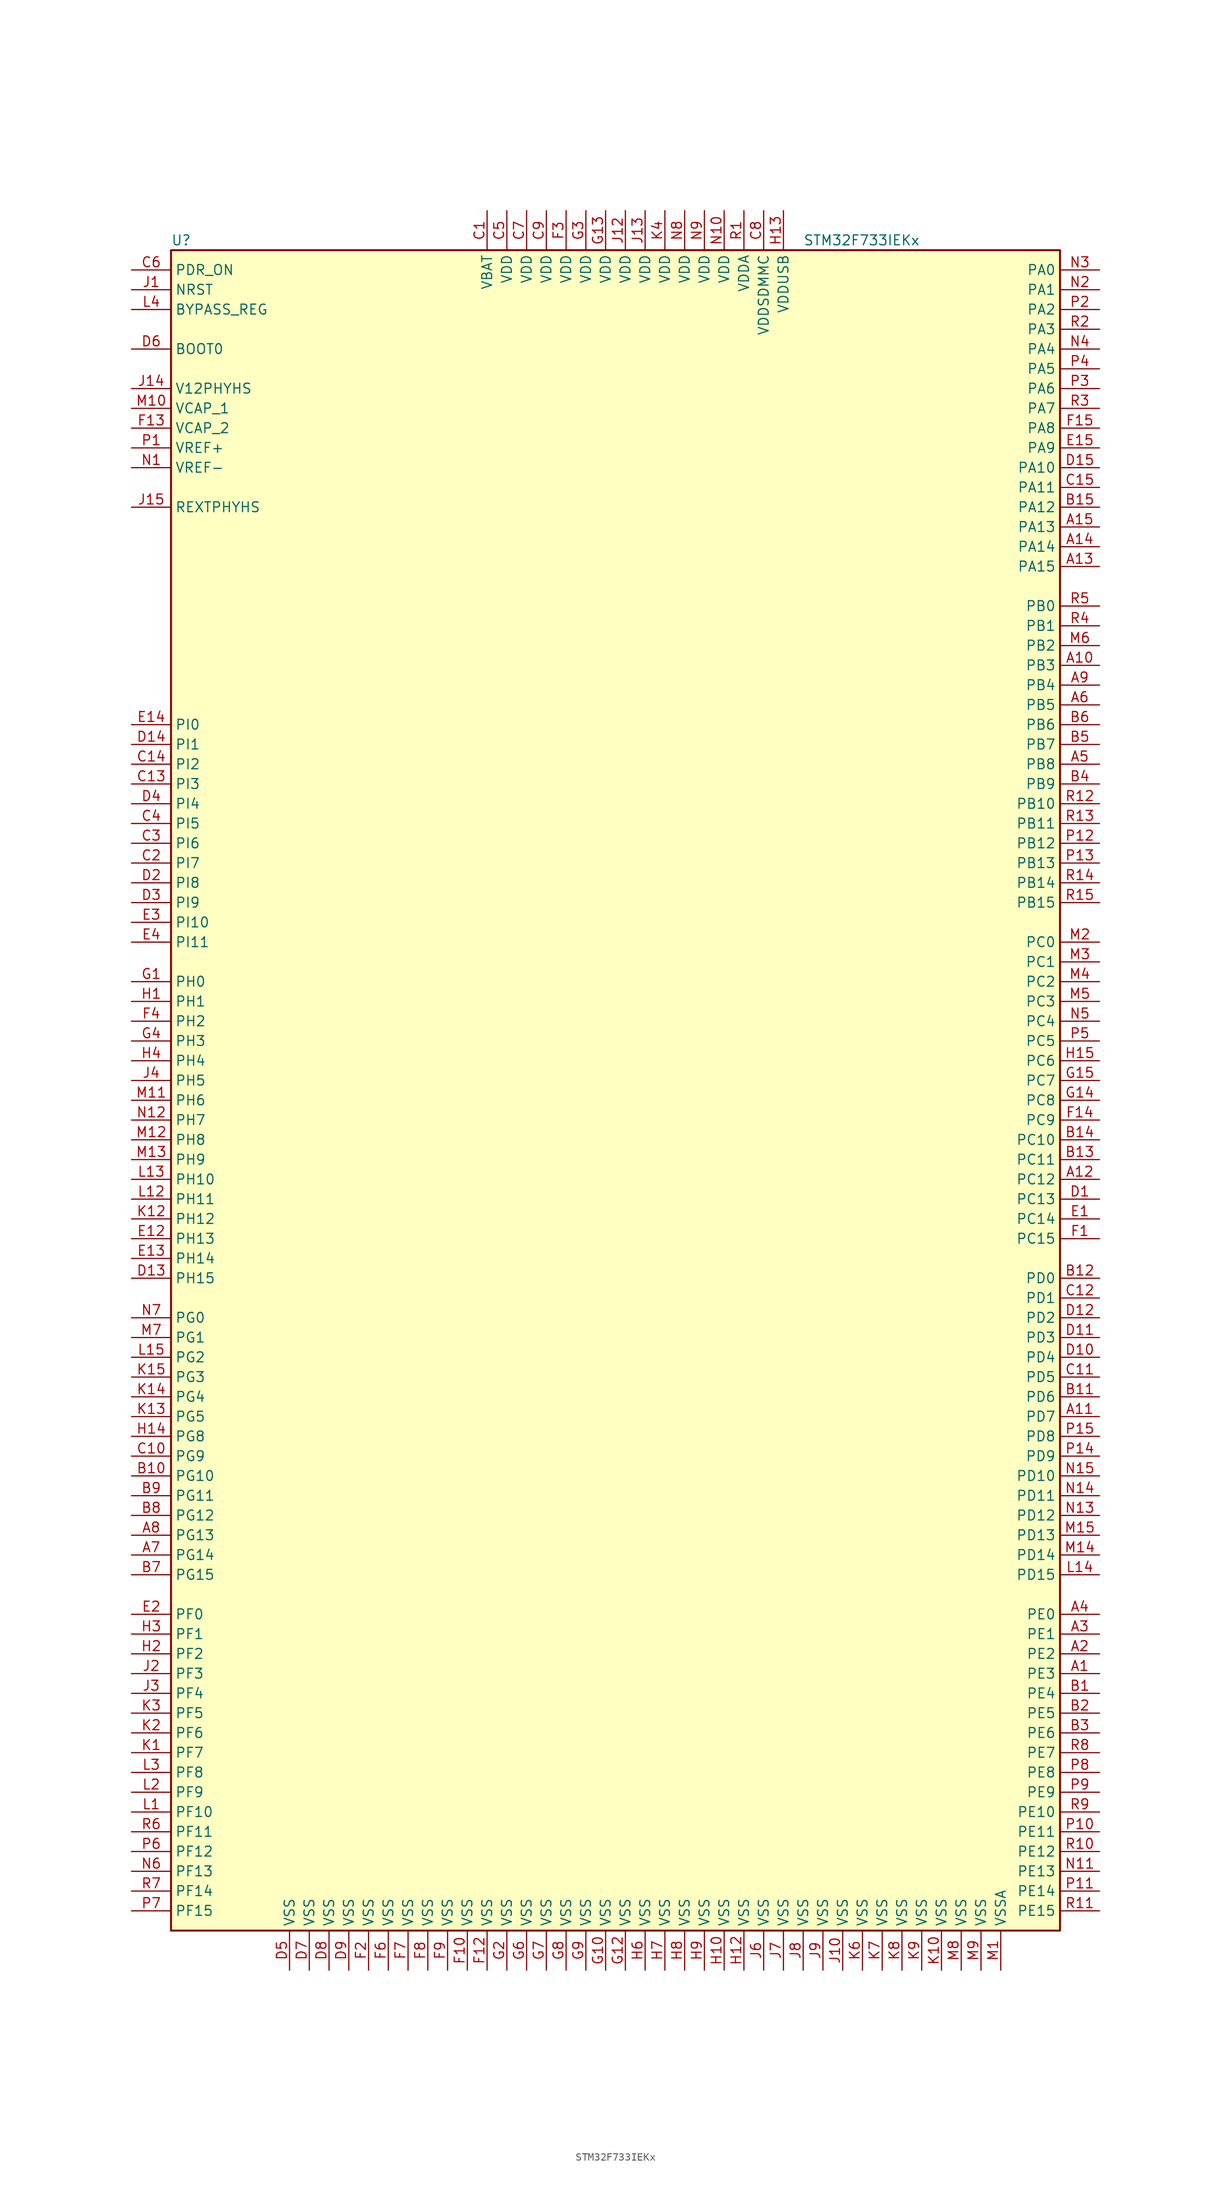
<source format=kicad_sym>
(kicad_symbol_lib
  (version 20211014)
  (generator kicad_symbol_editor)
  (symbol "STM32F733IEKx"
    (property "Reference" "U"
      (at -58.42 107.95 0)
      (effects (font (size 1.27 1.27)) (justify left)))
    (property "Value" "STM32F733IEKx"
      (at 22.86 107.95 0)
      (effects (font (size 1.27 1.27)) (justify left)))
    (symbol "STM32F733IEKx_0_1"
      (rectangle (start -58.42 -109.22) (end 55.88 106.68) (stroke (width 0.254) (type default) (color 0 0 0 0)) (fill (type background))))
    (symbol "STM32F733IEKx_1_1"
      (pin bidirectional line (at 60.96 -76.2 180) (length 5.08) (name "PE3" (effects (font (size 1.27 1.27)))) (number "A1" (effects (font (size 1.27 1.27)))))
      (pin bidirectional line (at 60.96 53.34 180) (length 5.08) (name "PB3" (effects (font (size 1.27 1.27)))) (number "A10" (effects (font (size 1.27 1.27)))))
      (pin bidirectional line (at 60.96 -43.18 180) (length 5.08) (name "PD7" (effects (font (size 1.27 1.27)))) (number "A11" (effects (font (size 1.27 1.27)))))
      (pin bidirectional line (at 60.96 -12.7 180) (length 5.08) (name "PC12" (effects (font (size 1.27 1.27)))) (number "A12" (effects (font (size 1.27 1.27)))))
      (pin bidirectional line (at 60.96 66.04 180) (length 5.08) (name "PA15" (effects (font (size 1.27 1.27)))) (number "A13" (effects (font (size 1.27 1.27)))))
      (pin bidirectional line (at 60.96 68.58 180) (length 5.08) (name "PA14" (effects (font (size 1.27 1.27)))) (number "A14" (effects (font (size 1.27 1.27)))))
      (pin bidirectional line (at 60.96 71.12 180) (length 5.08) (name "PA13" (effects (font (size 1.27 1.27)))) (number "A15" (effects (font (size 1.27 1.27)))))
      (pin bidirectional line (at 60.96 -73.66 180) (length 5.08) (name "PE2" (effects (font (size 1.27 1.27)))) (number "A2" (effects (font (size 1.27 1.27)))))
      (pin bidirectional line (at 60.96 -71.12 180) (length 5.08) (name "PE1" (effects (font (size 1.27 1.27)))) (number "A3" (effects (font (size 1.27 1.27)))))
      (pin bidirectional line (at 60.96 -68.58 180) (length 5.08) (name "PE0" (effects (font (size 1.27 1.27)))) (number "A4" (effects (font (size 1.27 1.27)))))
      (pin bidirectional line (at 60.96 40.64 180) (length 5.08) (name "PB8" (effects (font (size 1.27 1.27)))) (number "A5" (effects (font (size 1.27 1.27)))))
      (pin bidirectional line (at 60.96 48.26 180) (length 5.08) (name "PB5" (effects (font (size 1.27 1.27)))) (number "A6" (effects (font (size 1.27 1.27)))))
      (pin bidirectional line (at -63.5 -60.96 0) (length 5.08) (name "PG14" (effects (font (size 1.27 1.27)))) (number "A7" (effects (font (size 1.27 1.27)))))
      (pin bidirectional line (at -63.5 -58.42 0) (length 5.08) (name "PG13" (effects (font (size 1.27 1.27)))) (number "A8" (effects (font (size 1.27 1.27)))))
      (pin bidirectional line (at 60.96 50.8 180) (length 5.08) (name "PB4" (effects (font (size 1.27 1.27)))) (number "A9" (effects (font (size 1.27 1.27)))))
      (pin bidirectional line (at 60.96 -78.74 180) (length 5.08) (name "PE4" (effects (font (size 1.27 1.27)))) (number "B1" (effects (font (size 1.27 1.27)))))
      (pin bidirectional line (at -63.5 -50.8 0) (length 5.08) (name "PG10" (effects (font (size 1.27 1.27)))) (number "B10" (effects (font (size 1.27 1.27)))))
      (pin bidirectional line (at 60.96 -40.64 180) (length 5.08) (name "PD6" (effects (font (size 1.27 1.27)))) (number "B11" (effects (font (size 1.27 1.27)))))
      (pin bidirectional line (at 60.96 -25.4 180) (length 5.08) (name "PD0" (effects (font (size 1.27 1.27)))) (number "B12" (effects (font (size 1.27 1.27)))))
      (pin bidirectional line (at 60.96 -10.16 180) (length 5.08) (name "PC11" (effects (font (size 1.27 1.27)))) (number "B13" (effects (font (size 1.27 1.27)))))
      (pin bidirectional line (at 60.96 -7.62 180) (length 5.08) (name "PC10" (effects (font (size 1.27 1.27)))) (number "B14" (effects (font (size 1.27 1.27)))))
      (pin bidirectional line (at 60.96 73.66 180) (length 5.08) (name "PA12" (effects (font (size 1.27 1.27)))) (number "B15" (effects (font (size 1.27 1.27)))))
      (pin bidirectional line (at 60.96 -81.28 180) (length 5.08) (name "PE5" (effects (font (size 1.27 1.27)))) (number "B2" (effects (font (size 1.27 1.27)))))
      (pin bidirectional line (at 60.96 -83.82 180) (length 5.08) (name "PE6" (effects (font (size 1.27 1.27)))) (number "B3" (effects (font (size 1.27 1.27)))))
      (pin bidirectional line (at 60.96 38.1 180) (length 5.08) (name "PB9" (effects (font (size 1.27 1.27)))) (number "B4" (effects (font (size 1.27 1.27)))))
      (pin bidirectional line (at 60.96 43.18 180) (length 5.08) (name "PB7" (effects (font (size 1.27 1.27)))) (number "B5" (effects (font (size 1.27 1.27)))))
      (pin bidirectional line (at 60.96 45.72 180) (length 5.08) (name "PB6" (effects (font (size 1.27 1.27)))) (number "B6" (effects (font (size 1.27 1.27)))))
      (pin bidirectional line (at -63.5 -63.5 0) (length 5.08) (name "PG15" (effects (font (size 1.27 1.27)))) (number "B7" (effects (font (size 1.27 1.27)))))
      (pin bidirectional line (at -63.5 -55.88 0) (length 5.08) (name "PG12" (effects (font (size 1.27 1.27)))) (number "B8" (effects (font (size 1.27 1.27)))))
      (pin bidirectional line (at -63.5 -53.34 0) (length 5.08) (name "PG11" (effects (font (size 1.27 1.27)))) (number "B9" (effects (font (size 1.27 1.27)))))
      (pin power_in line (at -17.78 111.76 270) (length 5.08) (name "VBAT" (effects (font (size 1.27 1.27)))) (number "C1" (effects (font (size 1.27 1.27)))))
      (pin bidirectional line (at -63.5 -48.26 0) (length 5.08) (name "PG9" (effects (font (size 1.27 1.27)))) (number "C10" (effects (font (size 1.27 1.27)))))
      (pin bidirectional line (at 60.96 -38.1 180) (length 5.08) (name "PD5" (effects (font (size 1.27 1.27)))) (number "C11" (effects (font (size 1.27 1.27)))))
      (pin bidirectional line (at 60.96 -27.94 180) (length 5.08) (name "PD1" (effects (font (size 1.27 1.27)))) (number "C12" (effects (font (size 1.27 1.27)))))
      (pin bidirectional line (at -63.5 38.1 0) (length 5.08) (name "PI3" (effects (font (size 1.27 1.27)))) (number "C13" (effects (font (size 1.27 1.27)))))
      (pin bidirectional line (at -63.5 40.64 0) (length 5.08) (name "PI2" (effects (font (size 1.27 1.27)))) (number "C14" (effects (font (size 1.27 1.27)))))
      (pin bidirectional line (at 60.96 76.2 180) (length 5.08) (name "PA11" (effects (font (size 1.27 1.27)))) (number "C15" (effects (font (size 1.27 1.27)))))
      (pin bidirectional line (at -63.5 27.94 0) (length 5.08) (name "PI7" (effects (font (size 1.27 1.27)))) (number "C2" (effects (font (size 1.27 1.27)))))
      (pin bidirectional line (at -63.5 30.48 0) (length 5.08) (name "PI6" (effects (font (size 1.27 1.27)))) (number "C3" (effects (font (size 1.27 1.27)))))
      (pin bidirectional line (at -63.5 33.02 0) (length 5.08) (name "PI5" (effects (font (size 1.27 1.27)))) (number "C4" (effects (font (size 1.27 1.27)))))
      (pin power_in line (at -15.24 111.76 270) (length 5.08) (name "VDD" (effects (font (size 1.27 1.27)))) (number "C5" (effects (font (size 1.27 1.27)))))
      (pin input line (at -63.5 104.14 0) (length 5.08) (name "PDR_ON" (effects (font (size 1.27 1.27)))) (number "C6" (effects (font (size 1.27 1.27)))))
      (pin power_in line (at -12.7 111.76 270) (length 5.08) (name "VDD" (effects (font (size 1.27 1.27)))) (number "C7" (effects (font (size 1.27 1.27)))))
      (pin power_in line (at 17.78 111.76 270) (length 5.08) (name "VDDSDMMC" (effects (font (size 1.27 1.27)))) (number "C8" (effects (font (size 1.27 1.27)))))
      (pin power_in line (at -10.16 111.76 270) (length 5.08) (name "VDD" (effects (font (size 1.27 1.27)))) (number "C9" (effects (font (size 1.27 1.27)))))
      (pin bidirectional line (at 60.96 -15.24 180) (length 5.08) (name "PC13" (effects (font (size 1.27 1.27)))) (number "D1" (effects (font (size 1.27 1.27)))))
      (pin bidirectional line (at 60.96 -35.56 180) (length 5.08) (name "PD4" (effects (font (size 1.27 1.27)))) (number "D10" (effects (font (size 1.27 1.27)))))
      (pin bidirectional line (at 60.96 -33.02 180) (length 5.08) (name "PD3" (effects (font (size 1.27 1.27)))) (number "D11" (effects (font (size 1.27 1.27)))))
      (pin bidirectional line (at 60.96 -30.48 180) (length 5.08) (name "PD2" (effects (font (size 1.27 1.27)))) (number "D12" (effects (font (size 1.27 1.27)))))
      (pin bidirectional line (at -63.5 -25.4 0) (length 5.08) (name "PH15" (effects (font (size 1.27 1.27)))) (number "D13" (effects (font (size 1.27 1.27)))))
      (pin bidirectional line (at -63.5 43.18 0) (length 5.08) (name "PI1" (effects (font (size 1.27 1.27)))) (number "D14" (effects (font (size 1.27 1.27)))))
      (pin bidirectional line (at 60.96 78.74 180) (length 5.08) (name "PA10" (effects (font (size 1.27 1.27)))) (number "D15" (effects (font (size 1.27 1.27)))))
      (pin bidirectional line (at -63.5 25.4 0) (length 5.08) (name "PI8" (effects (font (size 1.27 1.27)))) (number "D2" (effects (font (size 1.27 1.27)))))
      (pin bidirectional line (at -63.5 22.86 0) (length 5.08) (name "PI9" (effects (font (size 1.27 1.27)))) (number "D3" (effects (font (size 1.27 1.27)))))
      (pin bidirectional line (at -63.5 35.56 0) (length 5.08) (name "PI4" (effects (font (size 1.27 1.27)))) (number "D4" (effects (font (size 1.27 1.27)))))
      (pin power_in line (at -43.18 -114.3 90) (length 5.08) (name "VSS" (effects (font (size 1.27 1.27)))) (number "D5" (effects (font (size 1.27 1.27)))))
      (pin input line (at -63.5 93.98 0) (length 5.08) (name "BOOT0" (effects (font (size 1.27 1.27)))) (number "D6" (effects (font (size 1.27 1.27)))))
      (pin power_in line (at -40.64 -114.3 90) (length 5.08) (name "VSS" (effects (font (size 1.27 1.27)))) (number "D7" (effects (font (size 1.27 1.27)))))
      (pin power_in line (at -38.1 -114.3 90) (length 5.08) (name "VSS" (effects (font (size 1.27 1.27)))) (number "D8" (effects (font (size 1.27 1.27)))))
      (pin power_in line (at -35.56 -114.3 90) (length 5.08) (name "VSS" (effects (font (size 1.27 1.27)))) (number "D9" (effects (font (size 1.27 1.27)))))
      (pin bidirectional line (at 60.96 -17.78 180) (length 5.08) (name "PC14" (effects (font (size 1.27 1.27)))) (number "E1" (effects (font (size 1.27 1.27)))))
      (pin bidirectional line (at -63.5 -20.32 0) (length 5.08) (name "PH13" (effects (font (size 1.27 1.27)))) (number "E12" (effects (font (size 1.27 1.27)))))
      (pin bidirectional line (at -63.5 -22.86 0) (length 5.08) (name "PH14" (effects (font (size 1.27 1.27)))) (number "E13" (effects (font (size 1.27 1.27)))))
      (pin bidirectional line (at -63.5 45.72 0) (length 5.08) (name "PI0" (effects (font (size 1.27 1.27)))) (number "E14" (effects (font (size 1.27 1.27)))))
      (pin bidirectional line (at 60.96 81.28 180) (length 5.08) (name "PA9" (effects (font (size 1.27 1.27)))) (number "E15" (effects (font (size 1.27 1.27)))))
      (pin bidirectional line (at -63.5 -68.58 0) (length 5.08) (name "PF0" (effects (font (size 1.27 1.27)))) (number "E2" (effects (font (size 1.27 1.27)))))
      (pin bidirectional line (at -63.5 20.32 0) (length 5.08) (name "PI10" (effects (font (size 1.27 1.27)))) (number "E3" (effects (font (size 1.27 1.27)))))
      (pin bidirectional line (at -63.5 17.78 0) (length 5.08) (name "PI11" (effects (font (size 1.27 1.27)))) (number "E4" (effects (font (size 1.27 1.27)))))
      (pin bidirectional line (at 60.96 -20.32 180) (length 5.08) (name "PC15" (effects (font (size 1.27 1.27)))) (number "F1" (effects (font (size 1.27 1.27)))))
      (pin power_in line (at -20.32 -114.3 90) (length 5.08) (name "VSS" (effects (font (size 1.27 1.27)))) (number "F10" (effects (font (size 1.27 1.27)))))
      (pin power_in line (at -17.78 -114.3 90) (length 5.08) (name "VSS" (effects (font (size 1.27 1.27)))) (number "F12" (effects (font (size 1.27 1.27)))))
      (pin power_in line (at -63.5 83.82 0) (length 5.08) (name "VCAP_2" (effects (font (size 1.27 1.27)))) (number "F13" (effects (font (size 1.27 1.27)))))
      (pin bidirectional line (at 60.96 -5.08 180) (length 5.08) (name "PC9" (effects (font (size 1.27 1.27)))) (number "F14" (effects (font (size 1.27 1.27)))))
      (pin bidirectional line (at 60.96 83.82 180) (length 5.08) (name "PA8" (effects (font (size 1.27 1.27)))) (number "F15" (effects (font (size 1.27 1.27)))))
      (pin power_in line (at -33.02 -114.3 90) (length 5.08) (name "VSS" (effects (font (size 1.27 1.27)))) (number "F2" (effects (font (size 1.27 1.27)))))
      (pin power_in line (at -7.62 111.76 270) (length 5.08) (name "VDD" (effects (font (size 1.27 1.27)))) (number "F3" (effects (font (size 1.27 1.27)))))
      (pin bidirectional line (at -63.5 7.62 0) (length 5.08) (name "PH2" (effects (font (size 1.27 1.27)))) (number "F4" (effects (font (size 1.27 1.27)))))
      (pin power_in line (at -30.48 -114.3 90) (length 5.08) (name "VSS" (effects (font (size 1.27 1.27)))) (number "F6" (effects (font (size 1.27 1.27)))))
      (pin power_in line (at -27.94 -114.3 90) (length 5.08) (name "VSS" (effects (font (size 1.27 1.27)))) (number "F7" (effects (font (size 1.27 1.27)))))
      (pin power_in line (at -25.4 -114.3 90) (length 5.08) (name "VSS" (effects (font (size 1.27 1.27)))) (number "F8" (effects (font (size 1.27 1.27)))))
      (pin power_in line (at -22.86 -114.3 90) (length 5.08) (name "VSS" (effects (font (size 1.27 1.27)))) (number "F9" (effects (font (size 1.27 1.27)))))
      (pin input line (at -63.5 12.7 0) (length 5.08) (name "PH0" (effects (font (size 1.27 1.27)))) (number "G1" (effects (font (size 1.27 1.27)))))
      (pin power_in line (at -2.54 -114.3 90) (length 5.08) (name "VSS" (effects (font (size 1.27 1.27)))) (number "G10" (effects (font (size 1.27 1.27)))))
      (pin power_in line (at 0 -114.3 90) (length 5.08) (name "VSS" (effects (font (size 1.27 1.27)))) (number "G12" (effects (font (size 1.27 1.27)))))
      (pin power_in line (at -2.54 111.76 270) (length 5.08) (name "VDD" (effects (font (size 1.27 1.27)))) (number "G13" (effects (font (size 1.27 1.27)))))
      (pin bidirectional line (at 60.96 -2.54 180) (length 5.08) (name "PC8" (effects (font (size 1.27 1.27)))) (number "G14" (effects (font (size 1.27 1.27)))))
      (pin bidirectional line (at 60.96 0 180) (length 5.08) (name "PC7" (effects (font (size 1.27 1.27)))) (number "G15" (effects (font (size 1.27 1.27)))))
      (pin power_in line (at -15.24 -114.3 90) (length 5.08) (name "VSS" (effects (font (size 1.27 1.27)))) (number "G2" (effects (font (size 1.27 1.27)))))
      (pin power_in line (at -5.08 111.76 270) (length 5.08) (name "VDD" (effects (font (size 1.27 1.27)))) (number "G3" (effects (font (size 1.27 1.27)))))
      (pin bidirectional line (at -63.5 5.08 0) (length 5.08) (name "PH3" (effects (font (size 1.27 1.27)))) (number "G4" (effects (font (size 1.27 1.27)))))
      (pin power_in line (at -12.7 -114.3 90) (length 5.08) (name "VSS" (effects (font (size 1.27 1.27)))) (number "G6" (effects (font (size 1.27 1.27)))))
      (pin power_in line (at -10.16 -114.3 90) (length 5.08) (name "VSS" (effects (font (size 1.27 1.27)))) (number "G7" (effects (font (size 1.27 1.27)))))
      (pin power_in line (at -7.62 -114.3 90) (length 5.08) (name "VSS" (effects (font (size 1.27 1.27)))) (number "G8" (effects (font (size 1.27 1.27)))))
      (pin power_in line (at -5.08 -114.3 90) (length 5.08) (name "VSS" (effects (font (size 1.27 1.27)))) (number "G9" (effects (font (size 1.27 1.27)))))
      (pin input line (at -63.5 10.16 0) (length 5.08) (name "PH1" (effects (font (size 1.27 1.27)))) (number "H1" (effects (font (size 1.27 1.27)))))
      (pin power_in line (at 12.7 -114.3 90) (length 5.08) (name "VSS" (effects (font (size 1.27 1.27)))) (number "H10" (effects (font (size 1.27 1.27)))))
      (pin power_in line (at 15.24 -114.3 90) (length 5.08) (name "VSS" (effects (font (size 1.27 1.27)))) (number "H12" (effects (font (size 1.27 1.27)))))
      (pin power_in line (at 20.32 111.76 270) (length 5.08) (name "VDDUSB" (effects (font (size 1.27 1.27)))) (number "H13" (effects (font (size 1.27 1.27)))))
      (pin bidirectional line (at -63.5 -45.72 0) (length 5.08) (name "PG8" (effects (font (size 1.27 1.27)))) (number "H14" (effects (font (size 1.27 1.27)))))
      (pin bidirectional line (at 60.96 2.54 180) (length 5.08) (name "PC6" (effects (font (size 1.27 1.27)))) (number "H15" (effects (font (size 1.27 1.27)))))
      (pin bidirectional line (at -63.5 -73.66 0) (length 5.08) (name "PF2" (effects (font (size 1.27 1.27)))) (number "H2" (effects (font (size 1.27 1.27)))))
      (pin bidirectional line (at -63.5 -71.12 0) (length 5.08) (name "PF1" (effects (font (size 1.27 1.27)))) (number "H3" (effects (font (size 1.27 1.27)))))
      (pin bidirectional line (at -63.5 2.54 0) (length 5.08) (name "PH4" (effects (font (size 1.27 1.27)))) (number "H4" (effects (font (size 1.27 1.27)))))
      (pin power_in line (at 2.54 -114.3 90) (length 5.08) (name "VSS" (effects (font (size 1.27 1.27)))) (number "H6" (effects (font (size 1.27 1.27)))))
      (pin power_in line (at 5.08 -114.3 90) (length 5.08) (name "VSS" (effects (font (size 1.27 1.27)))) (number "H7" (effects (font (size 1.27 1.27)))))
      (pin power_in line (at 7.62 -114.3 90) (length 5.08) (name "VSS" (effects (font (size 1.27 1.27)))) (number "H8" (effects (font (size 1.27 1.27)))))
      (pin power_in line (at 10.16 -114.3 90) (length 5.08) (name "VSS" (effects (font (size 1.27 1.27)))) (number "H9" (effects (font (size 1.27 1.27)))))
      (pin input line (at -63.5 101.6 0) (length 5.08) (name "NRST" (effects (font (size 1.27 1.27)))) (number "J1" (effects (font (size 1.27 1.27)))))
      (pin power_in line (at 27.94 -114.3 90) (length 5.08) (name "VSS" (effects (font (size 1.27 1.27)))) (number "J10" (effects (font (size 1.27 1.27)))))
      (pin power_in line (at 0 111.76 270) (length 5.08) (name "VDD" (effects (font (size 1.27 1.27)))) (number "J12" (effects (font (size 1.27 1.27)))))
      (pin power_in line (at 2.54 111.76 270) (length 5.08) (name "VDD" (effects (font (size 1.27 1.27)))) (number "J13" (effects (font (size 1.27 1.27)))))
      (pin power_in line (at -63.5 88.9 0) (length 5.08) (name "V12PHYHS" (effects (font (size 1.27 1.27)))) (number "J14" (effects (font (size 1.27 1.27)))))
      (pin bidirectional line (at -63.5 73.66 0) (length 5.08) (name "REXTPHYHS" (effects (font (size 1.27 1.27)))) (number "J15" (effects (font (size 1.27 1.27)))))
      (pin bidirectional line (at -63.5 -76.2 0) (length 5.08) (name "PF3" (effects (font (size 1.27 1.27)))) (number "J2" (effects (font (size 1.27 1.27)))))
      (pin bidirectional line (at -63.5 -78.74 0) (length 5.08) (name "PF4" (effects (font (size 1.27 1.27)))) (number "J3" (effects (font (size 1.27 1.27)))))
      (pin bidirectional line (at -63.5 0 0) (length 5.08) (name "PH5" (effects (font (size 1.27 1.27)))) (number "J4" (effects (font (size 1.27 1.27)))))
      (pin power_in line (at 17.78 -114.3 90) (length 5.08) (name "VSS" (effects (font (size 1.27 1.27)))) (number "J6" (effects (font (size 1.27 1.27)))))
      (pin power_in line (at 20.32 -114.3 90) (length 5.08) (name "VSS" (effects (font (size 1.27 1.27)))) (number "J7" (effects (font (size 1.27 1.27)))))
      (pin power_in line (at 22.86 -114.3 90) (length 5.08) (name "VSS" (effects (font (size 1.27 1.27)))) (number "J8" (effects (font (size 1.27 1.27)))))
      (pin power_in line (at 25.4 -114.3 90) (length 5.08) (name "VSS" (effects (font (size 1.27 1.27)))) (number "J9" (effects (font (size 1.27 1.27)))))
      (pin bidirectional line (at -63.5 -86.36 0) (length 5.08) (name "PF7" (effects (font (size 1.27 1.27)))) (number "K1" (effects (font (size 1.27 1.27)))))
      (pin power_in line (at 40.64 -114.3 90) (length 5.08) (name "VSS" (effects (font (size 1.27 1.27)))) (number "K10" (effects (font (size 1.27 1.27)))))
      (pin bidirectional line (at -63.5 -17.78 0) (length 5.08) (name "PH12" (effects (font (size 1.27 1.27)))) (number "K12" (effects (font (size 1.27 1.27)))))
      (pin bidirectional line (at -63.5 -43.18 0) (length 5.08) (name "PG5" (effects (font (size 1.27 1.27)))) (number "K13" (effects (font (size 1.27 1.27)))))
      (pin bidirectional line (at -63.5 -40.64 0) (length 5.08) (name "PG4" (effects (font (size 1.27 1.27)))) (number "K14" (effects (font (size 1.27 1.27)))))
      (pin bidirectional line (at -63.5 -38.1 0) (length 5.08) (name "PG3" (effects (font (size 1.27 1.27)))) (number "K15" (effects (font (size 1.27 1.27)))))
      (pin bidirectional line (at -63.5 -83.82 0) (length 5.08) (name "PF6" (effects (font (size 1.27 1.27)))) (number "K2" (effects (font (size 1.27 1.27)))))
      (pin bidirectional line (at -63.5 -81.28 0) (length 5.08) (name "PF5" (effects (font (size 1.27 1.27)))) (number "K3" (effects (font (size 1.27 1.27)))))
      (pin power_in line (at 5.08 111.76 270) (length 5.08) (name "VDD" (effects (font (size 1.27 1.27)))) (number "K4" (effects (font (size 1.27 1.27)))))
      (pin power_in line (at 30.48 -114.3 90) (length 5.08) (name "VSS" (effects (font (size 1.27 1.27)))) (number "K6" (effects (font (size 1.27 1.27)))))
      (pin power_in line (at 33.02 -114.3 90) (length 5.08) (name "VSS" (effects (font (size 1.27 1.27)))) (number "K7" (effects (font (size 1.27 1.27)))))
      (pin power_in line (at 35.56 -114.3 90) (length 5.08) (name "VSS" (effects (font (size 1.27 1.27)))) (number "K8" (effects (font (size 1.27 1.27)))))
      (pin power_in line (at 38.1 -114.3 90) (length 5.08) (name "VSS" (effects (font (size 1.27 1.27)))) (number "K9" (effects (font (size 1.27 1.27)))))
      (pin bidirectional line (at -63.5 -93.98 0) (length 5.08) (name "PF10" (effects (font (size 1.27 1.27)))) (number "L1" (effects (font (size 1.27 1.27)))))
      (pin bidirectional line (at -63.5 -15.24 0) (length 5.08) (name "PH11" (effects (font (size 1.27 1.27)))) (number "L12" (effects (font (size 1.27 1.27)))))
      (pin bidirectional line (at -63.5 -12.7 0) (length 5.08) (name "PH10" (effects (font (size 1.27 1.27)))) (number "L13" (effects (font (size 1.27 1.27)))))
      (pin bidirectional line (at 60.96 -63.5 180) (length 5.08) (name "PD15" (effects (font (size 1.27 1.27)))) (number "L14" (effects (font (size 1.27 1.27)))))
      (pin bidirectional line (at -63.5 -35.56 0) (length 5.08) (name "PG2" (effects (font (size 1.27 1.27)))) (number "L15" (effects (font (size 1.27 1.27)))))
      (pin bidirectional line (at -63.5 -91.44 0) (length 5.08) (name "PF9" (effects (font (size 1.27 1.27)))) (number "L2" (effects (font (size 1.27 1.27)))))
      (pin bidirectional line (at -63.5 -88.9 0) (length 5.08) (name "PF8" (effects (font (size 1.27 1.27)))) (number "L3" (effects (font (size 1.27 1.27)))))
      (pin input line (at -63.5 99.06 0) (length 5.08) (name "BYPASS_REG" (effects (font (size 1.27 1.27)))) (number "L4" (effects (font (size 1.27 1.27)))))
      (pin power_in line (at 48.26 -114.3 90) (length 5.08) (name "VSSA" (effects (font (size 1.27 1.27)))) (number "M1" (effects (font (size 1.27 1.27)))))
      (pin power_in line (at -63.5 86.36 0) (length 5.08) (name "VCAP_1" (effects (font (size 1.27 1.27)))) (number "M10" (effects (font (size 1.27 1.27)))))
      (pin bidirectional line (at -63.5 -2.54 0) (length 5.08) (name "PH6" (effects (font (size 1.27 1.27)))) (number "M11" (effects (font (size 1.27 1.27)))))
      (pin bidirectional line (at -63.5 -7.62 0) (length 5.08) (name "PH8" (effects (font (size 1.27 1.27)))) (number "M12" (effects (font (size 1.27 1.27)))))
      (pin bidirectional line (at -63.5 -10.16 0) (length 5.08) (name "PH9" (effects (font (size 1.27 1.27)))) (number "M13" (effects (font (size 1.27 1.27)))))
      (pin bidirectional line (at 60.96 -60.96 180) (length 5.08) (name "PD14" (effects (font (size 1.27 1.27)))) (number "M14" (effects (font (size 1.27 1.27)))))
      (pin bidirectional line (at 60.96 -58.42 180) (length 5.08) (name "PD13" (effects (font (size 1.27 1.27)))) (number "M15" (effects (font (size 1.27 1.27)))))
      (pin bidirectional line (at 60.96 17.78 180) (length 5.08) (name "PC0" (effects (font (size 1.27 1.27)))) (number "M2" (effects (font (size 1.27 1.27)))))
      (pin bidirectional line (at 60.96 15.24 180) (length 5.08) (name "PC1" (effects (font (size 1.27 1.27)))) (number "M3" (effects (font (size 1.27 1.27)))))
      (pin bidirectional line (at 60.96 12.7 180) (length 5.08) (name "PC2" (effects (font (size 1.27 1.27)))) (number "M4" (effects (font (size 1.27 1.27)))))
      (pin bidirectional line (at 60.96 10.16 180) (length 5.08) (name "PC3" (effects (font (size 1.27 1.27)))) (number "M5" (effects (font (size 1.27 1.27)))))
      (pin bidirectional line (at 60.96 55.88 180) (length 5.08) (name "PB2" (effects (font (size 1.27 1.27)))) (number "M6" (effects (font (size 1.27 1.27)))))
      (pin bidirectional line (at -63.5 -33.02 0) (length 5.08) (name "PG1" (effects (font (size 1.27 1.27)))) (number "M7" (effects (font (size 1.27 1.27)))))
      (pin power_in line (at 43.18 -114.3 90) (length 5.08) (name "VSS" (effects (font (size 1.27 1.27)))) (number "M8" (effects (font (size 1.27 1.27)))))
      (pin power_in line (at 45.72 -114.3 90) (length 5.08) (name "VSS" (effects (font (size 1.27 1.27)))) (number "M9" (effects (font (size 1.27 1.27)))))
      (pin power_in line (at -63.5 78.74 0) (length 5.08) (name "VREF-" (effects (font (size 1.27 1.27)))) (number "N1" (effects (font (size 1.27 1.27)))))
      (pin power_in line (at 12.7 111.76 270) (length 5.08) (name "VDD" (effects (font (size 1.27 1.27)))) (number "N10" (effects (font (size 1.27 1.27)))))
      (pin bidirectional line (at 60.96 -101.6 180) (length 5.08) (name "PE13" (effects (font (size 1.27 1.27)))) (number "N11" (effects (font (size 1.27 1.27)))))
      (pin bidirectional line (at -63.5 -5.08 0) (length 5.08) (name "PH7" (effects (font (size 1.27 1.27)))) (number "N12" (effects (font (size 1.27 1.27)))))
      (pin bidirectional line (at 60.96 -55.88 180) (length 5.08) (name "PD12" (effects (font (size 1.27 1.27)))) (number "N13" (effects (font (size 1.27 1.27)))))
      (pin bidirectional line (at 60.96 -53.34 180) (length 5.08) (name "PD11" (effects (font (size 1.27 1.27)))) (number "N14" (effects (font (size 1.27 1.27)))))
      (pin bidirectional line (at 60.96 -50.8 180) (length 5.08) (name "PD10" (effects (font (size 1.27 1.27)))) (number "N15" (effects (font (size 1.27 1.27)))))
      (pin bidirectional line (at 60.96 101.6 180) (length 5.08) (name "PA1" (effects (font (size 1.27 1.27)))) (number "N2" (effects (font (size 1.27 1.27)))))
      (pin bidirectional line (at 60.96 104.14 180) (length 5.08) (name "PA0" (effects (font (size 1.27 1.27)))) (number "N3" (effects (font (size 1.27 1.27)))))
      (pin bidirectional line (at 60.96 93.98 180) (length 5.08) (name "PA4" (effects (font (size 1.27 1.27)))) (number "N4" (effects (font (size 1.27 1.27)))))
      (pin bidirectional line (at 60.96 7.62 180) (length 5.08) (name "PC4" (effects (font (size 1.27 1.27)))) (number "N5" (effects (font (size 1.27 1.27)))))
      (pin bidirectional line (at -63.5 -101.6 0) (length 5.08) (name "PF13" (effects (font (size 1.27 1.27)))) (number "N6" (effects (font (size 1.27 1.27)))))
      (pin bidirectional line (at -63.5 -30.48 0) (length 5.08) (name "PG0" (effects (font (size 1.27 1.27)))) (number "N7" (effects (font (size 1.27 1.27)))))
      (pin power_in line (at 7.62 111.76 270) (length 5.08) (name "VDD" (effects (font (size 1.27 1.27)))) (number "N8" (effects (font (size 1.27 1.27)))))
      (pin power_in line (at 10.16 111.76 270) (length 5.08) (name "VDD" (effects (font (size 1.27 1.27)))) (number "N9" (effects (font (size 1.27 1.27)))))
      (pin power_in line (at -63.5 81.28 0) (length 5.08) (name "VREF+" (effects (font (size 1.27 1.27)))) (number "P1" (effects (font (size 1.27 1.27)))))
      (pin bidirectional line (at 60.96 -96.52 180) (length 5.08) (name "PE11" (effects (font (size 1.27 1.27)))) (number "P10" (effects (font (size 1.27 1.27)))))
      (pin bidirectional line (at 60.96 -104.14 180) (length 5.08) (name "PE14" (effects (font (size 1.27 1.27)))) (number "P11" (effects (font (size 1.27 1.27)))))
      (pin bidirectional line (at 60.96 30.48 180) (length 5.08) (name "PB12" (effects (font (size 1.27 1.27)))) (number "P12" (effects (font (size 1.27 1.27)))))
      (pin bidirectional line (at 60.96 27.94 180) (length 5.08) (name "PB13" (effects (font (size 1.27 1.27)))) (number "P13" (effects (font (size 1.27 1.27)))))
      (pin bidirectional line (at 60.96 -48.26 180) (length 5.08) (name "PD9" (effects (font (size 1.27 1.27)))) (number "P14" (effects (font (size 1.27 1.27)))))
      (pin bidirectional line (at 60.96 -45.72 180) (length 5.08) (name "PD8" (effects (font (size 1.27 1.27)))) (number "P15" (effects (font (size 1.27 1.27)))))
      (pin bidirectional line (at 60.96 99.06 180) (length 5.08) (name "PA2" (effects (font (size 1.27 1.27)))) (number "P2" (effects (font (size 1.27 1.27)))))
      (pin bidirectional line (at 60.96 88.9 180) (length 5.08) (name "PA6" (effects (font (size 1.27 1.27)))) (number "P3" (effects (font (size 1.27 1.27)))))
      (pin bidirectional line (at 60.96 91.44 180) (length 5.08) (name "PA5" (effects (font (size 1.27 1.27)))) (number "P4" (effects (font (size 1.27 1.27)))))
      (pin bidirectional line (at 60.96 5.08 180) (length 5.08) (name "PC5" (effects (font (size 1.27 1.27)))) (number "P5" (effects (font (size 1.27 1.27)))))
      (pin bidirectional line (at -63.5 -99.06 0) (length 5.08) (name "PF12" (effects (font (size 1.27 1.27)))) (number "P6" (effects (font (size 1.27 1.27)))))
      (pin bidirectional line (at -63.5 -106.68 0) (length 5.08) (name "PF15" (effects (font (size 1.27 1.27)))) (number "P7" (effects (font (size 1.27 1.27)))))
      (pin bidirectional line (at 60.96 -88.9 180) (length 5.08) (name "PE8" (effects (font (size 1.27 1.27)))) (number "P8" (effects (font (size 1.27 1.27)))))
      (pin bidirectional line (at 60.96 -91.44 180) (length 5.08) (name "PE9" (effects (font (size 1.27 1.27)))) (number "P9" (effects (font (size 1.27 1.27)))))
      (pin power_in line (at 15.24 111.76 270) (length 5.08) (name "VDDA" (effects (font (size 1.27 1.27)))) (number "R1" (effects (font (size 1.27 1.27)))))
      (pin bidirectional line (at 60.96 -99.06 180) (length 5.08) (name "PE12" (effects (font (size 1.27 1.27)))) (number "R10" (effects (font (size 1.27 1.27)))))
      (pin bidirectional line (at 60.96 -106.68 180) (length 5.08) (name "PE15" (effects (font (size 1.27 1.27)))) (number "R11" (effects (font (size 1.27 1.27)))))
      (pin bidirectional line (at 60.96 35.56 180) (length 5.08) (name "PB10" (effects (font (size 1.27 1.27)))) (number "R12" (effects (font (size 1.27 1.27)))))
      (pin bidirectional line (at 60.96 33.02 180) (length 5.08) (name "PB11" (effects (font (size 1.27 1.27)))) (number "R13" (effects (font (size 1.27 1.27)))))
      (pin bidirectional line (at 60.96 25.4 180) (length 5.08) (name "PB14" (effects (font (size 1.27 1.27)))) (number "R14" (effects (font (size 1.27 1.27)))))
      (pin bidirectional line (at 60.96 22.86 180) (length 5.08) (name "PB15" (effects (font (size 1.27 1.27)))) (number "R15" (effects (font (size 1.27 1.27)))))
      (pin bidirectional line (at 60.96 96.52 180) (length 5.08) (name "PA3" (effects (font (size 1.27 1.27)))) (number "R2" (effects (font (size 1.27 1.27)))))
      (pin bidirectional line (at 60.96 86.36 180) (length 5.08) (name "PA7" (effects (font (size 1.27 1.27)))) (number "R3" (effects (font (size 1.27 1.27)))))
      (pin bidirectional line (at 60.96 58.42 180) (length 5.08) (name "PB1" (effects (font (size 1.27 1.27)))) (number "R4" (effects (font (size 1.27 1.27)))))
      (pin bidirectional line (at 60.96 60.96 180) (length 5.08) (name "PB0" (effects (font (size 1.27 1.27)))) (number "R5" (effects (font (size 1.27 1.27)))))
      (pin bidirectional line (at -63.5 -96.52 0) (length 5.08) (name "PF11" (effects (font (size 1.27 1.27)))) (number "R6" (effects (font (size 1.27 1.27)))))
      (pin bidirectional line (at -63.5 -104.14 0) (length 5.08) (name "PF14" (effects (font (size 1.27 1.27)))) (number "R7" (effects (font (size 1.27 1.27)))))
      (pin bidirectional line (at 60.96 -86.36 180) (length 5.08) (name "PE7" (effects (font (size 1.27 1.27)))) (number "R8" (effects (font (size 1.27 1.27)))))
      (pin bidirectional line (at 60.96 -93.98 180) (length 5.08) (name "PE10" (effects (font (size 1.27 1.27)))) (number "R9" (effects (font (size 1.27 1.27))))))))
</source>
